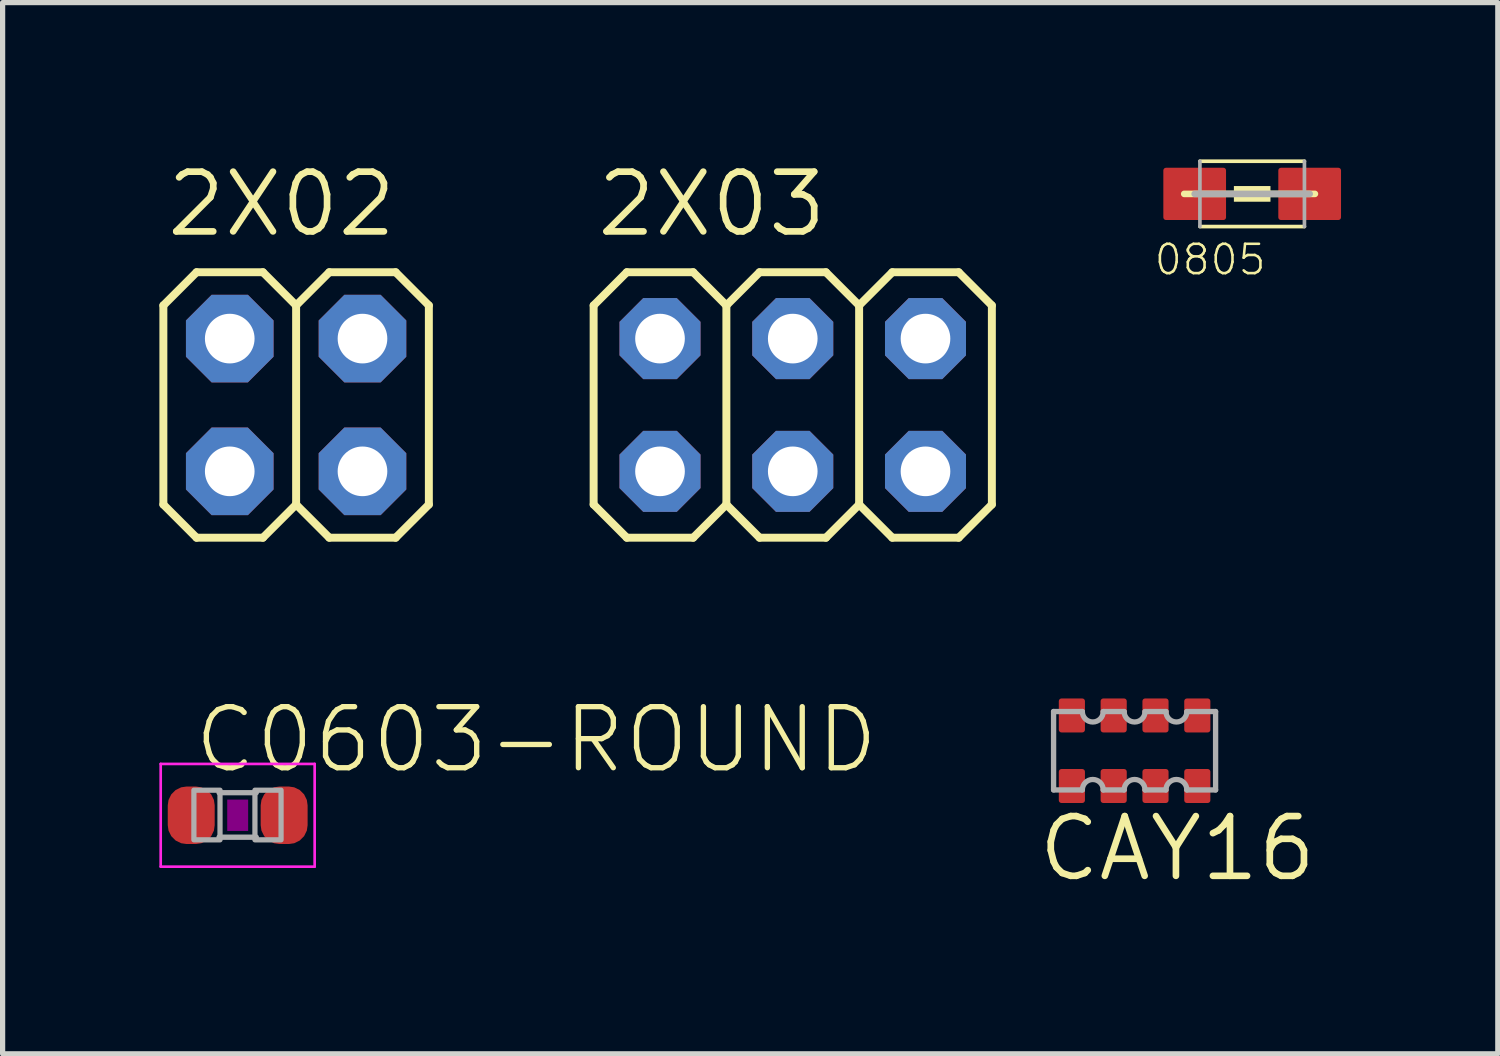
<source format=kicad_pcb>
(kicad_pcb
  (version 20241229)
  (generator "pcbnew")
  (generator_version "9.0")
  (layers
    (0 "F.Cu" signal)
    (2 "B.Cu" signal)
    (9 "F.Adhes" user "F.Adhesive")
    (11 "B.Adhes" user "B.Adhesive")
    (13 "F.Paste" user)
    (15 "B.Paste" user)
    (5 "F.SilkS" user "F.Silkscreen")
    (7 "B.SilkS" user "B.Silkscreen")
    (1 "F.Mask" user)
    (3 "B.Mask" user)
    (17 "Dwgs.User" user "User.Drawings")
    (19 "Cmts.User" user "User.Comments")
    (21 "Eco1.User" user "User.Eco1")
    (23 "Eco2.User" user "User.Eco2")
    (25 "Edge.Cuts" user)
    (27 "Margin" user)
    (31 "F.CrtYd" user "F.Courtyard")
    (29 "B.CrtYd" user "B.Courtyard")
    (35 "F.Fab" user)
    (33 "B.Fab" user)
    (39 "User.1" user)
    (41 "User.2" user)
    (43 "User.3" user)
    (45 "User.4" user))
  (footprint "2X02"
    (layer "F.Cu")
    (at 2.616 4.699)
    (property "Reference" "2X02" (at -2.54 -3.175 0) (layer "F.SilkS") (effects (font (size 1.143 1.143) (thickness 0.127)) (justify left bottom)))
    (fp_line (start -2.54 -1.905) (end -1.905 -2.54) (stroke (width 0.152) (type solid)) (layer "F.SilkS"))
    (fp_line (start -2.54 1.905) (end -2.54 -1.905) (stroke (width 0.152) (type solid)) (layer "F.SilkS"))
    (fp_line (start -2.54 1.905) (end -1.905 2.54) (stroke (width 0.152) (type solid)) (layer "F.SilkS"))
    (fp_line (start -1.905 -2.54) (end -0.635 -2.54) (stroke (width 0.152) (type solid)) (layer "F.SilkS"))
    (fp_line (start -1.905 2.54) (end -0.635 2.54) (stroke (width 0.152) (type solid)) (layer "F.SilkS"))
    (fp_line (start -0.635 -2.54) (end 0 -1.905) (stroke (width 0.152) (type solid)) (layer "F.SilkS"))
    (fp_line (start -0.635 2.54) (end 0 1.905) (stroke (width 0.152) (type solid)) (layer "F.SilkS"))
    (fp_line (start 0 -1.905) (end 0 1.905) (stroke (width 0.152) (type solid)) (layer "F.SilkS"))
    (fp_line (start 0 -1.905) (end 0.635 -2.54) (stroke (width 0.152) (type solid)) (layer "F.SilkS"))
    (fp_line (start 0 1.905) (end 0.635 2.54) (stroke (width 0.152) (type solid)) (layer "F.SilkS"))
    (fp_line (start 0.635 -2.54) (end 1.905 -2.54) (stroke (width 0.152) (type solid)) (layer "F.SilkS"))
    (fp_line (start 0.635 2.54) (end 1.905 2.54) (stroke (width 0.152) (type solid)) (layer "F.SilkS"))
    (fp_line (start 1.905 -2.54) (end 2.54 -1.905) (stroke (width 0.152) (type solid)) (layer "F.SilkS"))
    (fp_line (start 1.905 2.54) (end 2.54 1.905) (stroke (width 0.152) (type solid)) (layer "F.SilkS"))
    (fp_line (start 2.54 -1.905) (end 2.54 1.905) (stroke (width 0.152) (type solid)) (layer "F.SilkS"))
    (fp_poly (pts (xy -1.524 -1.016) (xy -1.016 -1.016) (xy -1.016 -1.524) (xy -1.524 -1.524)) (stroke (width 0.1) (type solid)) (fill no) (layer "F.Fab"))
    (fp_poly (pts (xy -1.524 1.524) (xy -1.016 1.524) (xy -1.016 1.016) (xy -1.524 1.016)) (stroke (width 0.1) (type solid)) (fill no) (layer "F.Fab"))
    (fp_poly (pts (xy 1.016 -1.016) (xy 1.524 -1.016) (xy 1.524 -1.524) (xy 1.016 -1.524)) (stroke (width 0.1) (type solid)) (fill no) (layer "F.Fab"))
    (fp_poly (pts (xy 1.016 1.524) (xy 1.524 1.524) (xy 1.524 1.016) (xy 1.016 1.016)) (stroke (width 0.1) (type solid)) (fill no) (layer "F.Fab"))
    (pad "1" thru_hole roundrect (at -1.27 1.27) (size 1.676 1.676) (drill 0.95) (layers "*.Cu" "*.Mask") (roundrect_rratio 0.25) (chamfer_ratio 0.293) (chamfer top_left top_right bottom_left bottom_right))
    (pad "2" thru_hole roundrect (at -1.27 -1.27) (size 1.676 1.676) (drill 0.95) (layers "*.Cu" "*.Mask") (roundrect_rratio 0.25) (chamfer_ratio 0.293) (chamfer top_left top_right bottom_left bottom_right))
    (pad "3" thru_hole roundrect (at 1.27 1.27) (size 1.676 1.676) (drill 0.95) (layers "*.Cu" "*.Mask") (roundrect_rratio 0.25) (chamfer_ratio 0.293) (chamfer top_left top_right bottom_left bottom_right))
    (pad "4" thru_hole roundrect (at 1.27 -1.27) (size 1.676 1.676) (drill 0.95) (layers "*.Cu" "*.Mask") (roundrect_rratio 0.25) (chamfer_ratio 0.293) (chamfer top_left top_right bottom_left bottom_right)))
  (footprint "CAY16"
    (layer "F.Cu")
    (at 18.66 11.315)
    (property "Reference" "CAY16" (at -1.905 2.54 0) (layer "F.SilkS") (effects (font (size 1.143 1.143) (thickness 0.127)) (justify left bottom)))
    (fp_line (start -1.55 -0.75) (end -1 -0.75) (stroke (width 0.102) (type solid)) (layer "F.Fab"))
    (fp_line (start -1.55 0.75) (end -1.55 -0.75) (stroke (width 0.102) (type solid)) (layer "F.Fab"))
    (fp_line (start -1 0.75) (end -1.55 0.75) (stroke (width 0.102) (type solid)) (layer "F.Fab"))
    (fp_line (start -0.6 -0.75) (end -0.2 -0.75) (stroke (width 0.102) (type solid)) (layer "F.Fab"))
    (fp_line (start -0.2 0.75) (end -0.6 0.75) (stroke (width 0.102) (type solid)) (layer "F.Fab"))
    (fp_line (start 0.2 -0.75) (end 0.6 -0.75) (stroke (width 0.102) (type solid)) (layer "F.Fab"))
    (fp_line (start 0.6 0.75) (end 0.2 0.75) (stroke (width 0.102) (type solid)) (layer "F.Fab"))
    (fp_line (start 1 -0.75) (end 1.55 -0.75) (stroke (width 0.102) (type solid)) (layer "F.Fab"))
    (fp_line (start 1.55 -0.75) (end 1.55 0.75) (stroke (width 0.102) (type solid)) (layer "F.Fab"))
    (fp_line (start 1.55 0.75) (end 1 0.75) (stroke (width 0.102) (type solid)) (layer "F.Fab"))
    (fp_arc (start -1 0.75) (mid -0.8 0.55) (end -0.6 0.75) (stroke (width 0.1016) (type solid)) (layer "F.Fab"))
    (fp_arc (start -0.6 -0.75) (mid -0.8 -0.55) (end -1 -0.75) (stroke (width 0.1016) (type solid)) (layer "F.Fab"))
    (fp_arc (start -0.2 0.75) (mid 0 0.55) (end 0.2 0.75) (stroke (width 0.1016) (type solid)) (layer "F.Fab"))
    (fp_arc (start 0.2 -0.75) (mid 0 -0.55) (end -0.2 -0.75) (stroke (width 0.1016) (type solid)) (layer "F.Fab"))
    (fp_arc (start 0.6 0.75) (mid 0.8 0.55) (end 1 0.75) (stroke (width 0.1016) (type solid)) (layer "F.Fab"))
    (fp_arc (start 1 -0.75) (mid 0.8 -0.55) (end 0.6 -0.75) (stroke (width 0.1016) (type solid)) (layer "F.Fab"))
    (pad "1" smd roundrect (at -1.2 0.675) (size 0.5 0.65) (layers "F.Cu" "F.Mask" "F.Paste") (roundrect_rratio 0.102))
    (pad "2" smd roundrect (at -0.4 0.675) (size 0.5 0.65) (layers "F.Cu" "F.Mask" "F.Paste") (roundrect_rratio 0.102))
    (pad "3" smd roundrect (at 0.4 0.675) (size 0.5 0.65) (layers "F.Cu" "F.Mask" "F.Paste") (roundrect_rratio 0.102))
    (pad "4" smd roundrect (at 1.2 0.675) (size 0.5 0.65) (layers "F.Cu" "F.Mask" "F.Paste") (roundrect_rratio 0.102))
    (pad "5" smd roundrect (at 1.2 -0.675) (size 0.5 0.65) (layers "F.Cu" "F.Mask" "F.Paste") (roundrect_rratio 0.102))
    (pad "6" smd roundrect (at 0.4 -0.675) (size 0.5 0.65) (layers "F.Cu" "F.Mask" "F.Paste") (roundrect_rratio 0.102))
    (pad "7" smd roundrect (at -0.4 -0.675) (size 0.5 0.65) (layers "F.Cu" "F.Mask" "F.Paste") (roundrect_rratio 0.102))
    (pad "8" smd roundrect (at -1.2 -0.675) (size 0.5 0.65) (layers "F.Cu" "F.Mask" "F.Paste") (roundrect_rratio 0.102)))
  (footprint "C0603-ROUND"
    (layer "F.Cu")
    (at 1.498 12.55)
    (property "Reference" "C0603-ROUND" (at -0.889 -0.762 0) (layer "F.SilkS") (effects (font (size 1.168 1.168) (thickness 0.102)) (justify left bottom)))
    (fp_poly (pts (xy -0.2 0.3) (xy 0.2 0.3) (xy 0.2 -0.3) (xy -0.2 -0.3)) (stroke (width 0) (type solid)) (fill yes) (layer "F.Adhes"))
    (fp_line (start -1.473 -0.983) (end 1.473 -0.983) (stroke (width 0.051) (type solid)) (layer "F.CrtYd"))
    (fp_line (start -1.473 0.983) (end -1.473 -0.983) (stroke (width 0.051) (type solid)) (layer "F.CrtYd"))
    (fp_line (start 1.473 -0.983) (end 1.473 0.983) (stroke (width 0.051) (type solid)) (layer "F.CrtYd"))
    (fp_line (start 1.473 0.983) (end -1.473 0.983) (stroke (width 0.051) (type solid)) (layer "F.CrtYd"))
    (fp_line (start -0.356 -0.432) (end 0.356 -0.432) (stroke (width 0.102) (type solid)) (layer "F.Fab"))
    (fp_line (start -0.356 0.419) (end 0.356 0.419) (stroke (width 0.102) (type solid)) (layer "F.Fab"))
    (fp_poly (pts (xy -0.838 0.47) (xy -0.338 0.47) (xy -0.338 -0.48) (xy -0.838 -0.48)) (stroke (width 0.1) (type solid)) (fill no) (layer "F.Fab"))
    (fp_poly (pts (xy 0.33 0.47) (xy 0.83 0.47) (xy 0.83 -0.48) (xy 0.33 -0.48)) (stroke (width 0.1) (type solid)) (fill no) (layer "F.Fab"))
    (pad "1" smd roundrect (at -0.889 0 90) (size 1.1 0.898) (layers "F.Cu" "F.Mask" "F.Paste") (roundrect_rratio 0.4))
    (pad "2" smd roundrect (at 0.889 0 90) (size 1.1 0.898) (layers "F.Cu" "F.Mask" "F.Paste") (roundrect_rratio 0.4)))
  (footprint "0805"
    (layer "F.Cu")
    (at 20.91 0.66)
    (property "Reference" "0805" (at -1.905 1.587 0) (layer "F.SilkS") (effects (font (size 0.561 0.561) (thickness 0.049)) (justify left bottom)))
    (fp_line (start -1.3 0) (end 1.2 0) (stroke (width 0.127) (type solid)) (layer "F.SilkS"))
    (fp_line (start -1 -0.625) (end 1 -0.625) (stroke (width 0.07) (type solid)) (layer "F.SilkS"))
    (fp_line (start 1 0.625) (end -1 0.625) (stroke (width 0.07) (type solid)) (layer "F.SilkS"))
    (fp_poly (pts (xy -0.35 0.15) (xy 0.35 0.15) (xy 0.35 -0.15) (xy -0.35 -0.15)) (stroke (width 0) (type solid)) (fill yes) (layer "F.SilkS"))
    (fp_line (start -1.1 0) (end 1.1 0) (stroke (width 0.127) (type solid)) (layer "F.Fab"))
    (fp_line (start -1 0.625) (end -1 -0.625) (stroke (width 0.07) (type solid)) (layer "F.Fab"))
    (fp_line (start 1 -0.625) (end 1 0.625) (stroke (width 0.07) (type solid)) (layer "F.Fab"))
    (pad "1" smd roundrect (at -1.1 0) (size 1.2 1) (layers "F.Cu" "F.Mask" "F.Paste") (roundrect_rratio 0.051))
    (pad "2" smd roundrect (at 1.1 0) (size 1.2 1) (layers "F.Cu" "F.Mask" "F.Paste") (roundrect_rratio 0.051)))
  (footprint "2X03"
    (layer "F.Cu")
    (at 12.119 4.699)
    (property "Reference" "2X03" (at -3.81 -3.175 0) (layer "F.SilkS") (effects (font (size 1.143 1.143) (thickness 0.127)) (justify left bottom)))
    (fp_line (start -3.81 -1.905) (end -3.175 -2.54) (stroke (width 0.152) (type solid)) (layer "F.SilkS"))
    (fp_line (start -3.81 1.905) (end -3.81 -1.905) (stroke (width 0.152) (type solid)) (layer "F.SilkS"))
    (fp_line (start -3.81 1.905) (end -3.175 2.54) (stroke (width 0.152) (type solid)) (layer "F.SilkS"))
    (fp_line (start -3.175 -2.54) (end -1.905 -2.54) (stroke (width 0.152) (type solid)) (layer "F.SilkS"))
    (fp_line (start -3.175 2.54) (end -1.905 2.54) (stroke (width 0.152) (type solid)) (layer "F.SilkS"))
    (fp_line (start -1.905 -2.54) (end -1.27 -1.905) (stroke (width 0.152) (type solid)) (layer "F.SilkS"))
    (fp_line (start -1.905 2.54) (end -1.27 1.905) (stroke (width 0.152) (type solid)) (layer "F.SilkS"))
    (fp_line (start -1.27 -1.905) (end -1.27 1.905) (stroke (width 0.152) (type solid)) (layer "F.SilkS"))
    (fp_line (start -1.27 -1.905) (end -0.635 -2.54) (stroke (width 0.152) (type solid)) (layer "F.SilkS"))
    (fp_line (start -1.27 1.905) (end -0.635 2.54) (stroke (width 0.152) (type solid)) (layer "F.SilkS"))
    (fp_line (start -0.635 -2.54) (end 0.635 -2.54) (stroke (width 0.152) (type solid)) (layer "F.SilkS"))
    (fp_line (start -0.635 2.54) (end 0.635 2.54) (stroke (width 0.152) (type solid)) (layer "F.SilkS"))
    (fp_line (start 0.635 -2.54) (end 1.27 -1.905) (stroke (width 0.152) (type solid)) (layer "F.SilkS"))
    (fp_line (start 0.635 2.54) (end 1.27 1.905) (stroke (width 0.152) (type solid)) (layer "F.SilkS"))
    (fp_line (start 1.27 -1.905) (end 1.27 1.905) (stroke (width 0.152) (type solid)) (layer "F.SilkS"))
    (fp_line (start 1.27 -1.905) (end 1.905 -2.54) (stroke (width 0.152) (type solid)) (layer "F.SilkS"))
    (fp_line (start 1.27 1.905) (end 1.905 2.54) (stroke (width 0.152) (type solid)) (layer "F.SilkS"))
    (fp_line (start 1.905 -2.54) (end 3.175 -2.54) (stroke (width 0.152) (type solid)) (layer "F.SilkS"))
    (fp_line (start 1.905 2.54) (end 3.175 2.54) (stroke (width 0.152) (type solid)) (layer "F.SilkS"))
    (fp_line (start 3.175 -2.54) (end 3.81 -1.905) (stroke (width 0.152) (type solid)) (layer "F.SilkS"))
    (fp_line (start 3.175 2.54) (end 3.81 1.905) (stroke (width 0.152) (type solid)) (layer "F.SilkS"))
    (fp_line (start 3.81 -1.905) (end 3.81 1.905) (stroke (width 0.152) (type solid)) (layer "F.SilkS"))
    (fp_poly (pts (xy -2.794 -1.016) (xy -2.286 -1.016) (xy -2.286 -1.524) (xy -2.794 -1.524)) (stroke (width 0.1) (type solid)) (fill no) (layer "F.Fab"))
    (fp_poly (pts (xy -2.794 1.524) (xy -2.286 1.524) (xy -2.286 1.016) (xy -2.794 1.016)) (stroke (width 0.1) (type solid)) (fill no) (layer "F.Fab"))
    (fp_poly (pts (xy -0.254 -1.016) (xy 0.254 -1.016) (xy 0.254 -1.524) (xy -0.254 -1.524)) (stroke (width 0.1) (type solid)) (fill no) (layer "F.Fab"))
    (fp_poly (pts (xy -0.254 1.524) (xy 0.254 1.524) (xy 0.254 1.016) (xy -0.254 1.016)) (stroke (width 0.1) (type solid)) (fill no) (layer "F.Fab"))
    (fp_poly (pts (xy 2.286 -1.016) (xy 2.794 -1.016) (xy 2.794 -1.524) (xy 2.286 -1.524)) (stroke (width 0.1) (type solid)) (fill no) (layer "F.Fab"))
    (fp_poly (pts (xy 2.286 1.524) (xy 2.794 1.524) (xy 2.794 1.016) (xy 2.286 1.016)) (stroke (width 0.1) (type solid)) (fill no) (layer "F.Fab"))
    (pad "1" thru_hole roundrect (at -2.54 1.27) (size 1.55 1.55) (drill 0.95) (layers "*.Cu" "*.Mask") (roundrect_rratio 0.25) (chamfer_ratio 0.293) (chamfer top_left top_right bottom_left bottom_right))
    (pad "2" thru_hole roundrect (at -2.54 -1.27) (size 1.55 1.55) (drill 0.95) (layers "*.Cu" "*.Mask") (roundrect_rratio 0.25) (chamfer_ratio 0.293) (chamfer top_left top_right bottom_left bottom_right))
    (pad "3" thru_hole roundrect (at 0 1.27) (size 1.55 1.55) (drill 0.95) (layers "*.Cu" "*.Mask") (roundrect_rratio 0.25) (chamfer_ratio 0.293) (chamfer top_left top_right bottom_left bottom_right))
    (pad "4" thru_hole roundrect (at 0 -1.27) (size 1.55 1.55) (drill 0.95) (layers "*.Cu" "*.Mask") (roundrect_rratio 0.25) (chamfer_ratio 0.293) (chamfer top_left top_right bottom_left bottom_right))
    (pad "5" thru_hole roundrect (at 2.54 1.27) (size 1.55 1.55) (drill 0.95) (layers "*.Cu" "*.Mask") (roundrect_rratio 0.25) (chamfer_ratio 0.293) (chamfer top_left top_right bottom_left bottom_right))
    (pad "6" thru_hole roundrect (at 2.54 -1.27) (size 1.55 1.55) (drill 0.95) (layers "*.Cu" "*.Mask") (roundrect_rratio 0.25) (chamfer_ratio 0.293) (chamfer top_left top_right bottom_left bottom_right)))
  (gr_rect
    (start -3 -3)
    (end 25.61 17.114)
    (stroke (width 0.1) (type default))
    (fill no)
    (layer "Edge.Cuts")))
</source>
